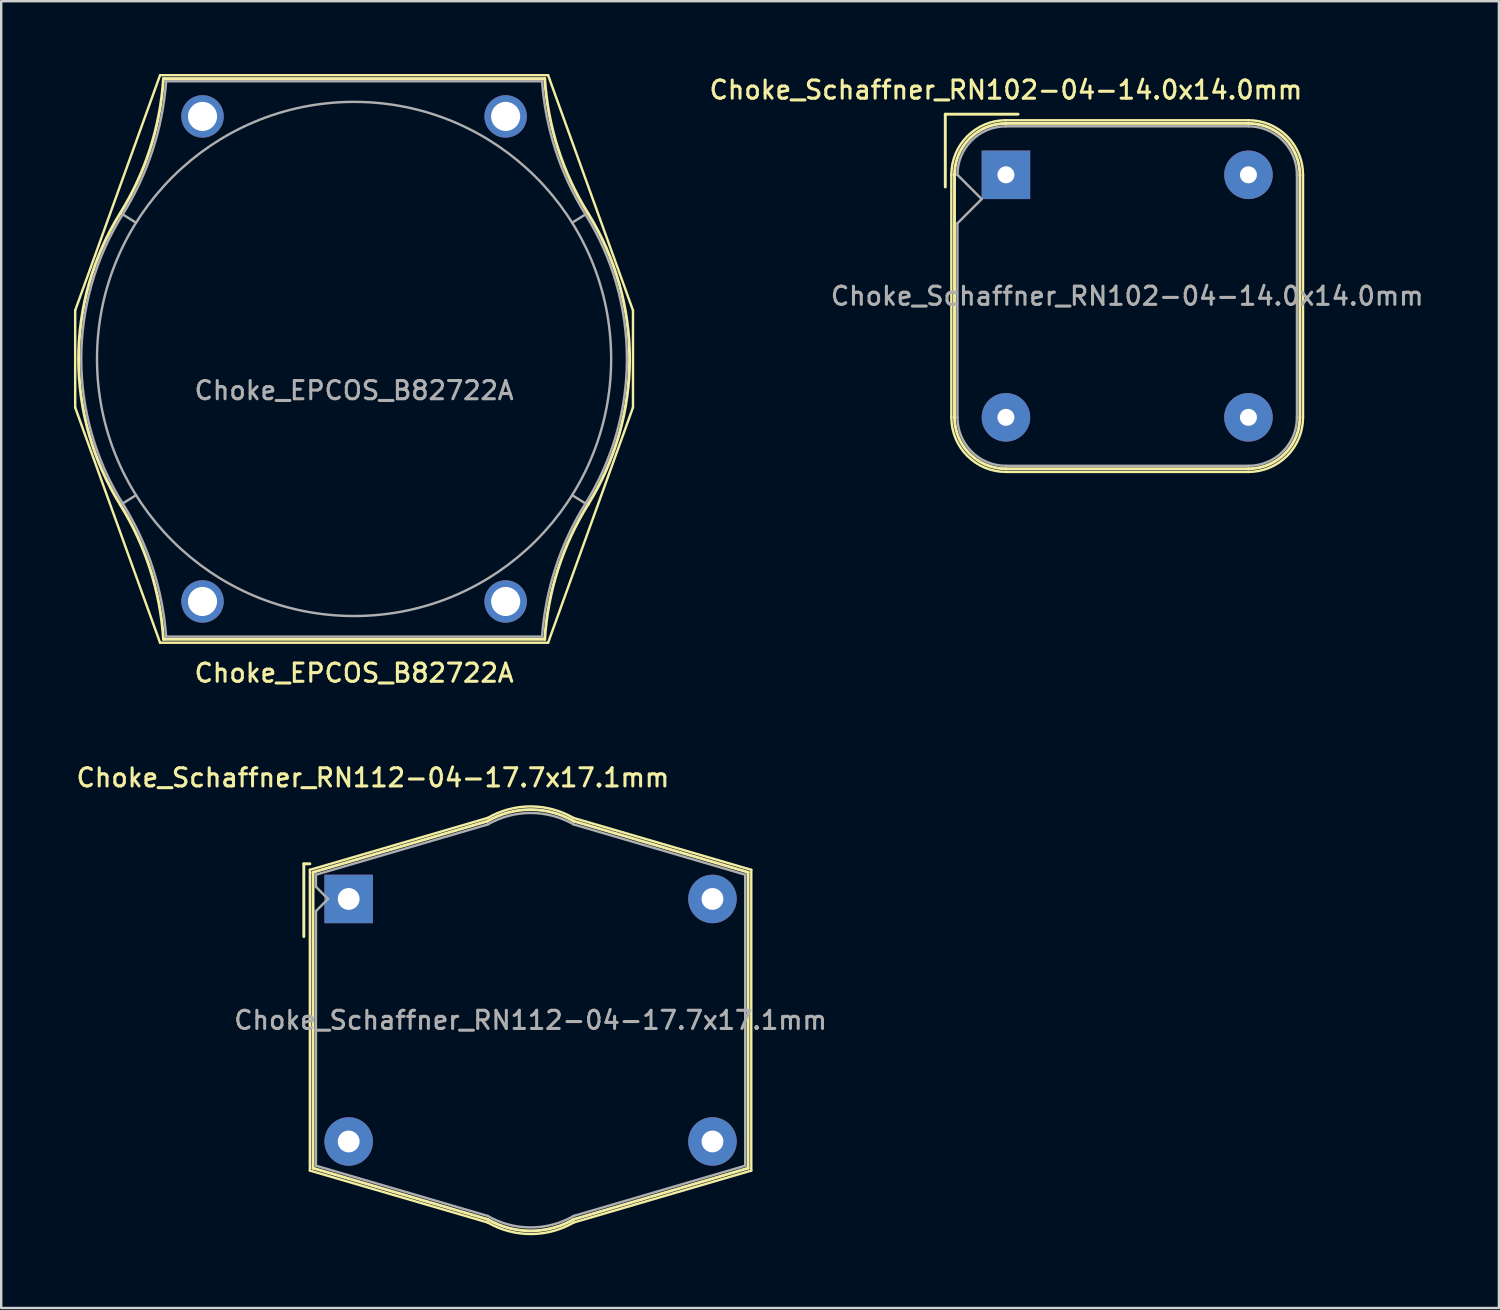
<source format=kicad_pcb>
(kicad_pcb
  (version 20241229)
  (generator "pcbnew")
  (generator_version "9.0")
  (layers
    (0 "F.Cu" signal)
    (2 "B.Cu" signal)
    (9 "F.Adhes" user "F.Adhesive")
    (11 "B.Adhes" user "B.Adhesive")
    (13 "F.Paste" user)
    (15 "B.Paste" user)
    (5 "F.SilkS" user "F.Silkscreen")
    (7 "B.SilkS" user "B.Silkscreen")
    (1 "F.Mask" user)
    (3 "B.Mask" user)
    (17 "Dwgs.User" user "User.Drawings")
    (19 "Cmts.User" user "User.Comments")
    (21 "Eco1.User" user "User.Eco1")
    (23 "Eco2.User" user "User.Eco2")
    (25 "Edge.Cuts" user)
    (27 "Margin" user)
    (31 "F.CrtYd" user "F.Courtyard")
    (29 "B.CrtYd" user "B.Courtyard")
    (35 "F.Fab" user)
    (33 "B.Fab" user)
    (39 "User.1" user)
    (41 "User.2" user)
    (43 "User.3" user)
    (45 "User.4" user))
  (footprint "Choke_Schaffner_RN112-04-17.7x17.1mm"
    (layer "F.Cu")
    (at 11.327 34.016)
    (property "Reference" "Choke_Schaffner_RN112-04-17.7x17.1mm" (at 1 -5 0) (layer "F.SilkS") (effects (font (size 0.75 0.75) (thickness 0.125))))
    (attr through_hole)
    (fp_line (start -1.85 -1.45) (end -1.85 1.55) (stroke (width 0.12) (type solid)) (layer "F.SilkS"))
    (fp_line (start -1.85 -1.45) (end -1.6 -1.45) (stroke (width 0.12) (type solid)) (layer "F.SilkS"))
    (fp_line (start -1.6 -1.2) (end 5.73 -3.34) (stroke (width 0.1) (type solid)) (layer "F.SilkS"))
    (fp_line (start -1.6 11.2) (end -1.6 -1.2) (stroke (width 0.1) (type solid)) (layer "F.SilkS"))
    (fp_line (start -1.47 -1.1) (end 5.73 -3.21) (stroke (width 0.12) (type solid)) (layer "F.SilkS"))
    (fp_line (start -1.47 11.1) (end -1.47 -1.1) (stroke (width 0.12) (type solid)) (layer "F.SilkS"))
    (fp_line (start 5.73 13.21) (end -1.47 11.1) (stroke (width 0.12) (type solid)) (layer "F.SilkS"))
    (fp_line (start 5.73 13.34) (end -1.6 11.2) (stroke (width 0.1) (type solid)) (layer "F.SilkS"))
    (fp_line (start 9.27 -3.34) (end 16.6 -1.2) (stroke (width 0.1) (type solid)) (layer "F.SilkS"))
    (fp_line (start 9.27 -3.21) (end 16.47 -1.1) (stroke (width 0.12) (type solid)) (layer "F.SilkS"))
    (fp_line (start 16.47 -1.1) (end 16.47 11.1) (stroke (width 0.12) (type solid)) (layer "F.SilkS"))
    (fp_line (start 16.47 11.1) (end 9.28 13.21) (stroke (width 0.12) (type solid)) (layer "F.SilkS"))
    (fp_line (start 16.6 -1.2) (end 16.6 11.2) (stroke (width 0.1) (type solid)) (layer "F.SilkS"))
    (fp_line (start 16.6 11.2) (end 9.28 13.34) (stroke (width 0.1) (type solid)) (layer "F.SilkS"))
    (fp_arc (start 5.73 -3.34) (mid 7.5 -3.81427) (end 9.27 -3.34) (stroke (width 0.1) (type solid)) (layer "F.SilkS"))
    (fp_arc (start 5.73 -3.21) (mid 7.5 -3.68427) (end 9.27 -3.21) (stroke (width 0.12) (type solid)) (layer "F.SilkS"))
    (fp_arc (start 9.28 13.21) (mid 7.505 13.68561) (end 5.73 13.21) (stroke (width 0.12) (type solid)) (layer "F.SilkS"))
    (fp_arc (start 9.28 13.34) (mid 7.505 13.81561) (end 5.73 13.34) (stroke (width 0.1) (type solid)) (layer "F.SilkS"))
    (fp_line (start -1.35 -1) (end 5.73 -3.07) (stroke (width 0.1) (type solid)) (layer "F.Fab"))
    (fp_line (start -1.35 -0.5) (end -1.35 -1) (stroke (width 0.1) (type solid)) (layer "F.Fab"))
    (fp_line (start -1.35 0.5) (end -0.85 0) (stroke (width 0.1) (type solid)) (layer "F.Fab"))
    (fp_line (start -1.35 11) (end -1.35 0.5) (stroke (width 0.1) (type solid)) (layer "F.Fab"))
    (fp_line (start -0.85 0) (end -1.35 -0.5) (stroke (width 0.1) (type solid)) (layer "F.Fab"))
    (fp_line (start 5.73 13.07) (end -1.35 11) (stroke (width 0.1) (type solid)) (layer "F.Fab"))
    (fp_line (start 9.28 -3.07) (end 16.35 -1) (stroke (width 0.1) (type solid)) (layer "F.Fab"))
    (fp_line (start 16.35 -1) (end 16.35 11) (stroke (width 0.1) (type solid)) (layer "F.Fab"))
    (fp_line (start 16.35 11) (end 9.28 13.07) (stroke (width 0.1) (type solid)) (layer "F.Fab"))
    (fp_arc (start 5.73 -3.07) (mid 7.505 -3.54561) (end 9.28 -3.07) (stroke (width 0.1) (type solid)) (layer "F.Fab"))
    (fp_arc (start 9.28 13.07) (mid 7.505 13.54561) (end 5.73 13.07) (stroke (width 0.1) (type solid)) (layer "F.Fab"))
    (fp_text user "${REFERENCE}" (at 7.5 5 0) (layer "F.Fab") (effects (font (size 0.75 0.75) (thickness 0.125))))
    (pad "1" thru_hole rect (at 0 0) (size 2 2) (drill 0.9) (layers "*.Cu" "*.Mask"))
    (pad "2" thru_hole circle (at 15 0) (size 2 2) (drill 0.9) (layers "*.Cu" "*.Mask"))
    (pad "3" thru_hole circle (at 0 10) (size 2 2) (drill 0.9) (layers "*.Cu" "*.Mask"))
    (pad "4" thru_hole circle (at 15 10) (size 2 2) (drill 0.9) (layers "*.Cu" "*.Mask")))
  (footprint "Choke_Schaffner_RN102-04-14.0x14.0mm"
    (layer "F.Cu")
    (at 38.427 4.158)
    (property "Reference" "Choke_Schaffner_RN102-04-14.0x14.0mm" (at 0 -3.5 0) (layer "F.SilkS") (effects (font (size 0.75 0.75) (thickness 0.125))))
    (attr through_hole)
    (fp_line (start -2.5 -2.5) (end -2.5 0.5) (stroke (width 0.12) (type solid)) (layer "F.SilkS"))
    (fp_line (start -2.5 -2.5) (end 0.5 -2.5) (stroke (width 0.12) (type solid)) (layer "F.SilkS"))
    (fp_line (start -2.25 10) (end -2.25 0) (stroke (width 0.1) (type solid)) (layer "F.SilkS"))
    (fp_line (start -2.12 10) (end -2.12 0) (stroke (width 0.12) (type solid)) (layer "F.SilkS"))
    (fp_line (start 0 -2.25) (end 10 -2.25) (stroke (width 0.1) (type solid)) (layer "F.SilkS"))
    (fp_line (start 0 -2.12) (end 10 -2.12) (stroke (width 0.12) (type solid)) (layer "F.SilkS"))
    (fp_line (start 10 12.12) (end 0 12.12) (stroke (width 0.12) (type solid)) (layer "F.SilkS"))
    (fp_line (start 10 12.25) (end 0 12.25) (stroke (width 0.1) (type solid)) (layer "F.SilkS"))
    (fp_line (start 12.12 0) (end 12.12 10) (stroke (width 0.12) (type solid)) (layer "F.SilkS"))
    (fp_line (start 12.25 0) (end 12.25 10) (stroke (width 0.1) (type solid)) (layer "F.SilkS"))
    (fp_arc (start -2.25 0) (mid -1.59099 -1.59099) (end 0 -2.25) (stroke (width 0.1) (type solid)) (layer "F.SilkS"))
    (fp_arc (start -2.12 0) (mid -1.499066 -1.499066) (end 0 -2.12) (stroke (width 0.12) (type solid)) (layer "F.SilkS"))
    (fp_arc (start 0 12.12) (mid -1.499066 11.499066) (end -2.12 10) (stroke (width 0.12) (type solid)) (layer "F.SilkS"))
    (fp_arc (start 0 12.25) (mid -1.59099 11.59099) (end -2.25 10) (stroke (width 0.1) (type solid)) (layer "F.SilkS"))
    (fp_arc (start 10 -2.25) (mid 11.59099 -1.59099) (end 12.25 0) (stroke (width 0.1) (type solid)) (layer "F.SilkS"))
    (fp_arc (start 10 -2.12) (mid 11.499066 -1.499066) (end 12.12 0) (stroke (width 0.12) (type solid)) (layer "F.SilkS"))
    (fp_arc (start 12.12 10) (mid 11.499066 11.499066) (end 10 12.12) (stroke (width 0.12) (type solid)) (layer "F.SilkS"))
    (fp_arc (start 12.25 10) (mid 11.59099 11.59099) (end 10 12.25) (stroke (width 0.1) (type solid)) (layer "F.SilkS"))
    (fp_line (start -2 2) (end -1 1) (stroke (width 0.1) (type solid)) (layer "F.Fab"))
    (fp_line (start -2 10) (end -2 2) (stroke (width 0.1) (type solid)) (layer "F.Fab"))
    (fp_line (start -1 1) (end -2 0) (stroke (width 0.1) (type solid)) (layer "F.Fab"))
    (fp_line (start 0 -2) (end 10 -2) (stroke (width 0.1) (type solid)) (layer "F.Fab"))
    (fp_line (start 10 12) (end 0 12) (stroke (width 0.1) (type solid)) (layer "F.Fab"))
    (fp_line (start 12 0) (end 12 10) (stroke (width 0.1) (type solid)) (layer "F.Fab"))
    (fp_arc (start -2 0) (mid -1.414214 -1.414214) (end 0 -2) (stroke (width 0.1) (type solid)) (layer "F.Fab"))
    (fp_arc (start 0 12) (mid -1.414214 11.414214) (end -2 10) (stroke (width 0.1) (type solid)) (layer "F.Fab"))
    (fp_arc (start 10 -2) (mid 11.414214 -1.414214) (end 12 0) (stroke (width 0.1) (type solid)) (layer "F.Fab"))
    (fp_arc (start 12 10) (mid 11.414214 11.414214) (end 10 12) (stroke (width 0.1) (type solid)) (layer "F.Fab"))
    (fp_text user "${REFERENCE}" (at 5 5 0) (layer "F.Fab") (effects (font (size 0.75 0.75) (thickness 0.125))))
    (pad "1" thru_hole rect (at 0 0) (size 2 2) (drill 0.7) (layers "*.Cu" "*.Mask"))
    (pad "2" thru_hole circle (at 10 0) (size 2 2) (drill 0.7) (layers "*.Cu" "*.Mask"))
    (pad "3" thru_hole circle (at 0 10) (size 2 2) (drill 0.7) (layers "*.Cu" "*.Mask"))
    (pad "4" thru_hole circle (at 10 10) (size 2 2) (drill 0.7) (layers "*.Cu" "*.Mask")))
  (footprint "Choke_EPCOS_B82722A"
    (layer "F.Cu")
    (at 5.3 21.75)
    (property "Reference" "Choke_EPCOS_B82722A" (at 6.25 2.95 180) (layer "F.SilkS") (effects (font (size 0.75 0.75) (thickness 0.125))))
    (attr through_hole)
    (fp_line (start -5.25 -12) (end -5.25 -8) (stroke (width 0.1) (type solid)) (layer "F.SilkS"))
    (fp_line (start -5.25 -8) (end -1.75 1.7) (stroke (width 0.1) (type solid)) (layer "F.SilkS"))
    (fp_line (start -1.75 -21.7) (end -5.25 -12) (stroke (width 0.1) (type solid)) (layer "F.SilkS"))
    (fp_line (start -1.75 -21.7) (end 14.25 -21.7) (stroke (width 0.1) (type solid)) (layer "F.SilkS"))
    (fp_line (start -1.75 1.7) (end 14.25 1.7) (stroke (width 0.1) (type solid)) (layer "F.SilkS"))
    (fp_line (start -1.61 -21.56) (end 14.11 -21.56) (stroke (width 0.12) (type solid)) (layer "F.SilkS"))
    (fp_line (start -1.61 1.56) (end 14.11 1.56) (stroke (width 0.12) (type solid)) (layer "F.SilkS"))
    (fp_line (start 14.25 -21.7) (end 17.75 -12) (stroke (width 0.1) (type solid)) (layer "F.SilkS"))
    (fp_line (start 17.75 -12) (end 17.75 -8) (stroke (width 0.1) (type solid)) (layer "F.SilkS"))
    (fp_line (start 17.75 -8) (end 14.25 1.7) (stroke (width 0.1) (type solid)) (layer "F.SilkS"))
    (fp_arc (start -3.392046 -3.993291) (mid -5.11 -10) (end -3.392046 -16.006709) (stroke (width 0.12) (type solid)) (layer "F.SilkS"))
    (fp_arc (start -3.392046 -3.993291) (mid -2.156889 -1.327078) (end -1.61 1.56) (stroke (width 0.12) (type solid)) (layer "F.SilkS"))
    (fp_arc (start -1.61 -21.56) (mid -2.156888 -18.672922) (end -3.392046 -16.006709) (stroke (width 0.12) (type solid)) (layer "F.SilkS"))
    (fp_arc (start 14.109999 1.56) (mid 14.656887 -1.327078) (end 15.892045 -3.993291) (stroke (width 0.12) (type solid)) (layer "F.SilkS"))
    (fp_arc (start 15.892045 -16.006709) (mid 17.609999 -10) (end 15.892045 -3.993291) (stroke (width 0.12) (type solid)) (layer "F.SilkS"))
    (fp_arc (start 15.892046 -16.00671) (mid 14.656889 -18.672923) (end 14.11 -21.56) (stroke (width 0.12) (type solid)) (layer "F.SilkS"))
    (fp_line (start -3.291 -4.04) (end -2.74 -4.384) (stroke (width 0.1) (type solid)) (layer "F.Fab"))
    (fp_line (start -2.74 -15.616) (end -3.291 -15.96) (stroke (width 0.1) (type solid)) (layer "F.Fab"))
    (fp_line (start -1.5 -21.45) (end 14 -21.45) (stroke (width 0.1) (type solid)) (layer "F.Fab"))
    (fp_line (start -1.5 1.45) (end 14 1.45) (stroke (width 0.1) (type solid)) (layer "F.Fab"))
    (fp_line (start 15.791 -15.96) (end 15.24 -15.616) (stroke (width 0.1) (type solid)) (layer "F.Fab"))
    (fp_line (start 15.791 -4.04) (end 15.24 -4.384) (stroke (width 0.1) (type solid)) (layer "F.Fab"))
    (fp_arc (start -3.29123 -4.039511) (mid -5 -10.000001) (end -3.291229 -15.96049) (stroke (width 0.1) (type solid)) (layer "F.Fab"))
    (fp_arc (start -3.291229 -4.03951) (mid -2.060501 -1.404103) (end -1.5 1.45) (stroke (width 0.1) (type solid)) (layer "F.Fab"))
    (fp_arc (start -1.499999 -21.45) (mid -2.0605 -18.595897) (end -3.291229 -15.96049) (stroke (width 0.1) (type solid)) (layer "F.Fab"))
    (fp_arc (start 14 1.449999) (mid 14.560501 -1.404104) (end 15.79123 -4.039511) (stroke (width 0.1) (type solid)) (layer "F.Fab"))
    (fp_arc (start 15.239959 -15.616106) (mid -2.739959 -4.383894) (end 15.239959 -15.616106) (stroke (width 0.1) (type solid)) (layer "F.Fab"))
    (fp_arc (start 15.791229 -15.960491) (mid 17.5 -10.000001) (end 15.79123 -4.039511) (stroke (width 0.1) (type solid)) (layer "F.Fab"))
    (fp_arc (start 15.79123 -15.96049) (mid 14.560501 -18.595897) (end 14 -21.45) (stroke (width 0.1) (type solid)) (layer "F.Fab"))
    (fp_text user "${REFERENCE}" (at 6.25 -8.7 0) (layer "F.Fab") (effects (font (size 0.75 0.75) (thickness 0.125))))
    (pad "1" thru_hole circle (at 0 0) (size 1.75 1.75) (drill 1.2) (layers "*.Cu" "*.Mask"))
    (pad "2" thru_hole circle (at 0 -20) (size 1.75 1.75) (drill 1.2) (layers "*.Cu" "*.Mask"))
    (pad "3" thru_hole circle (at 12.5 0) (size 1.75 1.75) (drill 1.2) (layers "*.Cu" "*.Mask"))
    (pad "4" thru_hole circle (at 12.5 -20) (size 1.75 1.75) (drill 1.2) (layers "*.Cu" "*.Mask")))
  (gr_rect
    (start -3 -3)
    (end 58.754 50.882)
    (stroke (width 0.1) (type default))
    (fill no)
    (layer "Edge.Cuts")))
</source>
